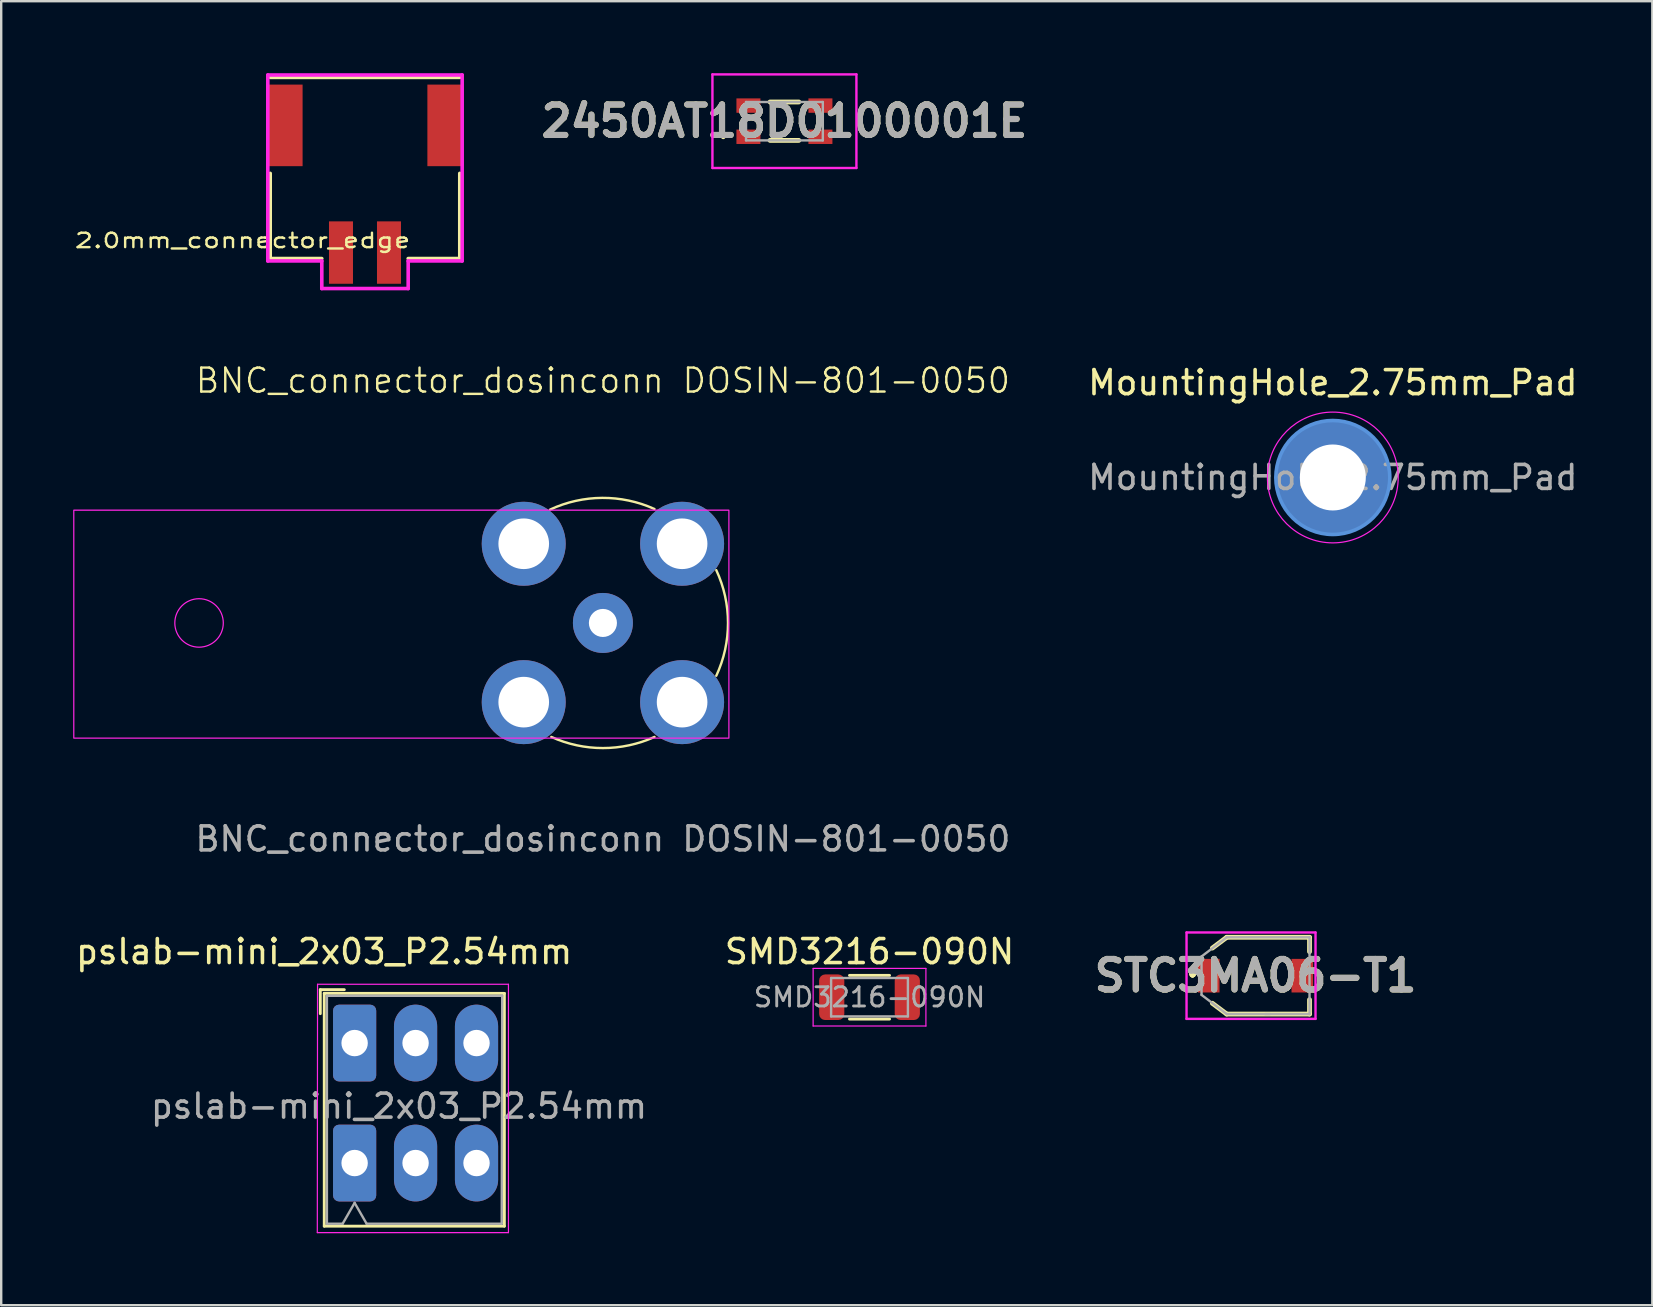
<source format=kicad_pcb>
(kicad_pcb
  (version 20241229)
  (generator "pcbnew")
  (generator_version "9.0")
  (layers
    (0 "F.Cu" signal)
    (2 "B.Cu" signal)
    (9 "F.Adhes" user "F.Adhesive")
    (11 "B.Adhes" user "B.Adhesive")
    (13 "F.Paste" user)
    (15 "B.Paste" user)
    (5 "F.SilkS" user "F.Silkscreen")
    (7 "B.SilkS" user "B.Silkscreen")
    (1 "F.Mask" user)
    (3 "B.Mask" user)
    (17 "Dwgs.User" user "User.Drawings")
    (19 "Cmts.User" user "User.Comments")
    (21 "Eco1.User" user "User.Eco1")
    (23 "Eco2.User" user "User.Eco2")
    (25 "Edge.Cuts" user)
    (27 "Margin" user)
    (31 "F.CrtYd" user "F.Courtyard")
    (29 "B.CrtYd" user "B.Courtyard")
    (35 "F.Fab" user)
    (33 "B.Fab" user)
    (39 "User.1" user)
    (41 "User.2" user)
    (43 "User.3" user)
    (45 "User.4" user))
  (footprint "MountingHole_2.75mm_Pad"
    (layer "F.Cu")
    (at 52.492 16.848)
    (property "Reference" "MountingHole_2.75mm_Pad" (at 0 -3.95 0) (layer "F.SilkS") (effects (font (size 1 1) (thickness 0.15))))
    (attr exclude_from_pos_files exclude_from_bom)
    (fp_circle (center 0 0) (end 2.375 0) (stroke (width 0.15) (type solid)) (fill no) (layer "Cmts.User"))
    (fp_circle (center 0 0) (end 2.725 0) (stroke (width 0.05) (type solid)) (fill no) (layer "F.CrtYd"))
    (fp_text user "${REFERENCE}" (at 0 0 0) (layer "F.Fab") (effects (font (size 1 1) (thickness 0.15))))
    (pad "1" thru_hole circle (at 0 0) (size 4.75 4.75) (drill 2.75) (layers "*.Cu" "*.Mask")))
  (footprint "BNC_connector_dosinconn DOSIN-801-0050"
    (layer "F.Cu")
    (at 22.075 22.91)
    (property "Reference" "BNC_connector_dosinconn DOSIN-801-0050" (at 0 -10.1 0) (unlocked yes) (layer "F.SilkS") (effects (font (size 1 1) (thickness 0.1))))
    (attr smd)
    (fp_arc (start -2.2 -4.725) (mid -0.027931 -5.211988) (end 2.149232 -4.748303) (stroke (width 0.1) (type default)) (layer "F.SilkS"))
    (fp_arc (start 2.150001 4.750001) (mid 0.000001 5.213925) (end -2.15 4.750002) (stroke (width 0.1) (type default)) (layer "F.SilkS"))
    (fp_arc (start 4.725 -2.2) (mid 5.212065 0) (end 4.725001 2.2) (stroke (width 0.1) (type default)) (layer "F.SilkS"))
    (fp_rect (start -22.05 -4.7) (end 5.25 4.8) (stroke (width 0.05) (type solid)) (fill no) (layer "F.CrtYd"))
    (fp_circle (center -16.83 0) (end -16.82 1.01) (stroke (width 0.05) (type default)) (fill no) (layer "F.CrtYd"))
    (fp_text user "${REFERENCE}" (at 0 9 0) (unlocked yes) (layer "F.Fab") (effects (font (size 1 1) (thickness 0.15))))
    (pad "1" thru_hole circle (at 0 0) (size 2.5 2.5) (drill 1.17) (layers "*.Cu" "*.Mask"))
    (pad "2" thru_hole circle (at -3.3 -3.3) (size 3.5 3.5) (drill 2.11) (layers "*.Cu" "*.Mask"))
    (pad "2" thru_hole circle (at -3.3 3.3) (size 3.5 3.5) (drill 2.11) (layers "*.Cu" "*.Mask"))
    (pad "2" thru_hole circle (at 3.3 -3.3) (size 3.5 3.5) (drill 2.11) (layers "*.Cu" "*.Mask"))
    (pad "2" thru_hole circle (at 3.3 3.3) (size 3.5 3.5) (drill 2.11) (layers "*.Cu" "*.Mask")))
  (footprint "STC3MA06-T1"
    (layer "F.Cu")
    (at 49.271 37.609)
    (property "Reference" "STC3MA06-T1" (at 0 0 0) (layer "F.SilkS") (effects (font (size 1.27 1.27) (thickness 0.254))))
    (attr smd)
    (fp_line (start -2.625 -0.125) (end -2.625 -0.125) (stroke (width 0.2) (type solid)) (layer "F.SilkS"))
    (fp_line (start -2.625 -0.025) (end -2.625 -0.025) (stroke (width 0.2) (type solid)) (layer "F.SilkS"))
    (fp_line (start -2.625 -0.025) (end -2.625 -0.025) (stroke (width 0.2) (type solid)) (layer "F.SilkS"))
    (fp_line (start -1.8 -1.15) (end -1.2 -1.6) (stroke (width 0.2) (type solid)) (layer "F.SilkS"))
    (fp_line (start -1.8 1.15) (end -1.2 1.6) (stroke (width 0.2) (type solid)) (layer "F.SilkS"))
    (fp_line (start -1.2 -1.6) (end 2.25 -1.6) (stroke (width 0.2) (type solid)) (layer "F.SilkS"))
    (fp_line (start -1.2 1.6) (end 2.25 1.6) (stroke (width 0.2) (type solid)) (layer "F.SilkS"))
    (fp_line (start 2.25 -1.6) (end 2.25 -1) (stroke (width 0.2) (type solid)) (layer "F.SilkS"))
    (fp_line (start 2.25 1.6) (end 2.25 1) (stroke (width 0.2) (type solid)) (layer "F.SilkS"))
    (fp_arc (start -2.625 -0.125) (mid -2.575 -0.075) (end -2.625 -0.025) (stroke (width 0.2) (type solid)) (layer "F.SilkS"))
    (fp_arc (start -2.625 -0.125) (mid -2.575 -0.075) (end -2.625 -0.025) (stroke (width 0.2) (type solid)) (layer "F.SilkS"))
    (fp_arc (start -2.625 -0.025) (mid -2.675 -0.075) (end -2.625 -0.125) (stroke (width 0.2) (type solid)) (layer "F.SilkS"))
    (fp_line (start -2.875 -1.8) (end 2.5 -1.8) (stroke (width 0.1) (type solid)) (layer "F.CrtYd"))
    (fp_line (start -2.875 1.8) (end -2.875 -1.8) (stroke (width 0.1) (type solid)) (layer "F.CrtYd"))
    (fp_line (start 2.5 -1.8) (end 2.5 1.8) (stroke (width 0.1) (type solid)) (layer "F.CrtYd"))
    (fp_line (start 2.5 1.8) (end -2.875 1.8) (stroke (width 0.1) (type solid)) (layer "F.CrtYd"))
    (fp_line (start -2.25 -0.8) (end -2.25 0.8) (stroke (width 0.1) (type solid)) (layer "F.Fab"))
    (fp_line (start -2.25 0.8) (end -1.2 1.6) (stroke (width 0.1) (type solid)) (layer "F.Fab"))
    (fp_line (start -1.2 -1.6) (end -2.25 -0.8) (stroke (width 0.1) (type solid)) (layer "F.Fab"))
    (fp_line (start -1.2 1.6) (end 0.6 1.6) (stroke (width 0.1) (type solid)) (layer "F.Fab"))
    (fp_line (start 0.4 1.6) (end 2.25 1.6) (stroke (width 0.1) (type solid)) (layer "F.Fab"))
    (fp_line (start 2.25 -1.6) (end -1.2 -1.6) (stroke (width 0.1) (type solid)) (layer "F.Fab"))
    (fp_line (start 2.25 1.6) (end 2.25 -1.6) (stroke (width 0.1) (type solid)) (layer "F.Fab"))
    (fp_text user "${REFERENCE}" (at 0 0 0) (layer "F.Fab") (effects (font (size 1.27 1.27) (thickness 0.254))))
    (pad "1" smd rect (at -1.95 0) (size 0.9 1.4) (layers "F.Cu" "F.Mask" "F.Paste"))
    (pad "2" smd rect (at 1.95 0) (size 0.9 1.4) (layers "F.Cu" "F.Mask" "F.Paste")))
  (footprint "2.0mm_connector_edge"
    (layer "F.Cu")
    (at 12.16 6.175)
    (property "Reference" "2.0mm_connector_edge" (at -5.1 0.8 0) (layer "F.SilkS") (effects (font (size 0.6 0.8) (thickness 0.1))))
    (attr through_hole)
    (fp_line (start -3.95 -6) (end 3.95 -6) (stroke (width 0.15) (type solid)) (layer "F.SilkS"))
    (fp_line (start -3.95 1.55) (end -3.95 -2) (stroke (width 0.15) (type solid)) (layer "F.SilkS"))
    (fp_line (start -3.95 1.55) (end -1.8 1.55) (stroke (width 0.15) (type solid)) (layer "F.SilkS"))
    (fp_line (start 1.8 1.55) (end 3.95 1.55) (stroke (width 0.15) (type solid)) (layer "F.SilkS"))
    (fp_line (start 3.95 -2) (end 3.95 1.55) (stroke (width 0.15) (type solid)) (layer "F.SilkS"))
    (fp_line (start -4.05 -6.1) (end 4.05 -6.1) (stroke (width 0.15) (type solid)) (layer "F.CrtYd"))
    (fp_line (start -4.05 1.65) (end -4.05 -6.1) (stroke (width 0.15) (type solid)) (layer "F.CrtYd"))
    (fp_line (start -4.05 1.65) (end -1.8 1.65) (stroke (width 0.15) (type solid)) (layer "F.CrtYd"))
    (fp_line (start -1.8 1.65) (end -1.8 2.8) (stroke (width 0.15) (type solid)) (layer "F.CrtYd"))
    (fp_line (start -1.8 2.8) (end -1.8 2.8) (stroke (width 0.12) (type solid)) (layer "F.CrtYd"))
    (fp_line (start -1.8 2.8) (end 1.8 2.8) (stroke (width 0.15) (type solid)) (layer "F.CrtYd"))
    (fp_line (start 1.8 1.65) (end 4.05 1.65) (stroke (width 0.15) (type solid)) (layer "F.CrtYd"))
    (fp_line (start 1.8 2.8) (end 1.8 1.65) (stroke (width 0.15) (type solid)) (layer "F.CrtYd"))
    (fp_line (start 4.05 -6.1) (end 4.05 1.65) (stroke (width 0.15) (type solid)) (layer "F.CrtYd"))
    (pad "1" smd rect (at -1 1.3) (size 1 2.6) (layers "F.Cu" "F.Mask" "F.Paste"))
    (pad "2" smd rect (at 1 1.3) (size 1 2.6) (layers "F.Cu" "F.Mask" "F.Paste"))
    (pad "3" smd rect (at -3.35 -4) (size 1.5 3.4) (layers "F.Cu" "F.Mask" "F.Paste"))
    (pad "4" smd rect (at 3.35 -4) (size 1.5 3.4) (layers "F.Cu" "F.Mask" "F.Paste")))
  (footprint "pslab-mini_2x03_P2.54mm"
    (layer "F.Cu")
    (at 11.728 40.417)
    (property "Reference" "pslab-mini_2x03_P2.54mm" (at -1.27 -3.81 0) (layer "F.SilkS") (effects (font (size 1 1) (thickness 0.15))))
    (attr through_hole)
    (fp_line (start -1.43 -2.225) (end -1.43 -1.225) (stroke (width 0.12) (type default)) (layer "F.SilkS"))
    (fp_line (start -1.43 -2.225) (end -0.43 -2.225) (stroke (width 0.12) (type default)) (layer "F.SilkS"))
    (fp_line (start -1.265 -2.07) (end 6.24 -2.07) (stroke (width 0.12) (type solid)) (layer "F.SilkS"))
    (fp_line (start -1.265 7.63) (end -1.265 -2.07) (stroke (width 0.12) (type solid)) (layer "F.SilkS"))
    (fp_line (start 6.24 7.63) (end -1.265 7.63) (stroke (width 0.12) (type solid)) (layer "F.SilkS"))
    (fp_line (start 6.24 7.63) (end 6.24 -2.07) (stroke (width 0.12) (type solid)) (layer "F.SilkS"))
    (fp_line (start -1.555 7.9) (end -1.545 -2.45) (stroke (width 0.05) (type solid)) (layer "F.CrtYd"))
    (fp_line (start -1.545 -2.45) (end 6.41 -2.45) (stroke (width 0.05) (type solid)) (layer "F.CrtYd"))
    (fp_line (start 6.41 -2.45) (end 6.41 7.9) (stroke (width 0.05) (type solid)) (layer "F.CrtYd"))
    (fp_line (start 6.41 7.9) (end -1.555 7.9) (stroke (width 0.05) (type solid)) (layer "F.CrtYd"))
    (fp_line (start -1.155 -1.97) (end 6.15 -1.97) (stroke (width 0.1) (type default)) (layer "F.Fab"))
    (fp_line (start -1.155 7.53) (end -1.155 -1.97) (stroke (width 0.1) (type default)) (layer "F.Fab"))
    (fp_line (start -1.155 7.53) (end -0.5 7.53) (stroke (width 0.1) (type default)) (layer "F.Fab"))
    (fp_line (start 0 6.66) (end -0.5 7.53) (stroke (width 0.1) (type default)) (layer "F.Fab"))
    (fp_line (start 0.5 7.53) (end 0 6.66) (stroke (width 0.1) (type default)) (layer "F.Fab"))
    (fp_line (start 0.5 7.53) (end 6.13 7.53) (stroke (width 0.1) (type default)) (layer "F.Fab"))
    (fp_line (start 6.13 7.53) (end 6.15 -1.97) (stroke (width 0.1) (type default)) (layer "F.Fab"))
    (fp_text user "${REFERENCE}" (at 1.85 2.63 0) (layer "F.Fab") (effects (font (size 1 1) (thickness 0.15))))
    (pad "1" thru_hole roundrect (at 0 5) (size 1.8 3.2) (drill 1.1) (layers "*.Cu" "*.Mask") (roundrect_rratio 0.139))
    (pad "2" thru_hole oval (at 2.54 5) (size 1.8 3.2) (drill 1.1) (layers "*.Cu" "*.Mask"))
    (pad "3" thru_hole oval (at 5.08 5) (size 1.8 3.2) (drill 1.1) (layers "*.Cu" "*.Mask"))
    (pad "4" thru_hole roundrect (at 0 0) (size 1.8 3.2) (drill 1.1) (layers "*.Cu" "*.Mask") (roundrect_rratio 0.139))
    (pad "5" thru_hole oval (at 2.54 0) (size 1.8 3.2) (drill 1.1) (layers "*.Cu" "*.Mask"))
    (pad "6" thru_hole oval (at 5.08 0) (size 1.8 3.2) (drill 1.1) (layers "*.Cu" "*.Mask")))
  (footprint "SMD3216-090N"
    (layer "F.Cu")
    (at 33.185 38.507)
    (property "Reference" "SMD3216-090N" (at 0 -1.9 0) (layer "F.SilkS") (effects (font (size 1 1) (thickness 0.15))))
    (attr smd)
    (fp_line (start -0.835 -0.91) (end 0.835 -0.91) (stroke (width 0.12) (type solid)) (layer "F.SilkS"))
    (fp_line (start -0.835 0.91) (end 0.835 0.91) (stroke (width 0.12) (type solid)) (layer "F.SilkS"))
    (fp_line (start -2.35 -1.2) (end 2.35 -1.2) (stroke (width 0.05) (type solid)) (layer "F.CrtYd"))
    (fp_line (start -2.35 1.2) (end -2.35 -1.2) (stroke (width 0.05) (type solid)) (layer "F.CrtYd"))
    (fp_line (start 2.35 -1.2) (end 2.35 1.2) (stroke (width 0.05) (type solid)) (layer "F.CrtYd"))
    (fp_line (start 2.35 1.2) (end -2.35 1.2) (stroke (width 0.05) (type solid)) (layer "F.CrtYd"))
    (fp_line (start -1.6 -0.8) (end 1.6 -0.8) (stroke (width 0.1) (type solid)) (layer "F.Fab"))
    (fp_line (start -1.6 0.8) (end -1.6 -0.8) (stroke (width 0.1) (type solid)) (layer "F.Fab"))
    (fp_line (start 1.6 -0.8) (end 1.6 0.8) (stroke (width 0.1) (type solid)) (layer "F.Fab"))
    (fp_line (start 1.6 0.8) (end -1.6 0.8) (stroke (width 0.1) (type solid)) (layer "F.Fab"))
    (fp_text user "${REFERENCE}" (at 0 0 0) (layer "F.Fab") (effects (font (size 0.8 0.8) (thickness 0.12))))
    (pad "1" smd roundrect (at -1.575 0) (size 1.05 1.9) (layers "F.Cu" "F.Mask" "F.Paste") (roundrect_rratio 0.238))
    (pad "2" smd roundrect (at 1.575 0) (size 1.05 1.9) (layers "F.Cu" "F.Mask" "F.Paste") (roundrect_rratio 0.238)))
  (footprint "2450AT18D0100001E"
    (layer "F.Cu")
    (at 29.639 2)
    (property "Reference" "2450AT18D0100001E" (at 0 0 0) (layer "F.SilkS") (effects (font (size 1.27 1.27) (thickness 0.254))))
    (attr smd)
    (fp_line (start -2.6 0.65) (end -2.6 0.65) (stroke (width 0.1) (type solid)) (layer "F.SilkS"))
    (fp_line (start -2.5 0.65) (end -2.5 0.65) (stroke (width 0.1) (type solid)) (layer "F.SilkS"))
    (fp_line (start -0.6 -0.8) (end 0.6 -0.8) (stroke (width 0.2) (type solid)) (layer "F.SilkS"))
    (fp_line (start -0.6 0.8) (end 0.6 0.8) (stroke (width 0.2) (type solid)) (layer "F.SilkS"))
    (fp_arc (start -2.6 0.65) (mid -2.55 0.6) (end -2.5 0.65) (stroke (width 0.1) (type solid)) (layer "F.SilkS"))
    (fp_arc (start -2.5 0.65) (mid -2.55 0.7) (end -2.6 0.65) (stroke (width 0.1) (type solid)) (layer "F.SilkS"))
    (fp_line (start -3 -1.95) (end 3 -1.95) (stroke (width 0.1) (type solid)) (layer "F.CrtYd"))
    (fp_line (start -3 1.95) (end -3 -1.95) (stroke (width 0.1) (type solid)) (layer "F.CrtYd"))
    (fp_line (start 3 -1.95) (end 3 1.95) (stroke (width 0.1) (type solid)) (layer "F.CrtYd"))
    (fp_line (start 3 1.95) (end -3 1.95) (stroke (width 0.1) (type solid)) (layer "F.CrtYd"))
    (fp_line (start -1.6 -0.8) (end -1.6 0.8) (stroke (width 0.1) (type solid)) (layer "F.Fab"))
    (fp_line (start -1.6 0.8) (end 1.6 0.8) (stroke (width 0.1) (type solid)) (layer "F.Fab"))
    (fp_line (start 1.6 -0.8) (end -1.6 -0.8) (stroke (width 0.1) (type solid)) (layer "F.Fab"))
    (fp_line (start 1.6 0.8) (end 1.6 -0.8) (stroke (width 0.1) (type solid)) (layer "F.Fab"))
    (fp_text user "${REFERENCE}" (at 0 0 0) (layer "F.Fab") (effects (font (size 1.27 1.27) (thickness 0.254))))
    (pad "1" smd rect (at -1.5 0.65 90) (size 0.6 1) (layers "F.Cu" "F.Mask" "F.Paste"))
    (pad "2" smd rect (at 1.5 0.65 90) (size 0.6 1) (layers "F.Cu" "F.Mask" "F.Paste"))
    (pad "3" smd rect (at 1.5 -0.65 90) (size 0.6 1) (layers "F.Cu" "F.Mask" "F.Paste"))
    (pad "4" smd rect (at -1.5 -0.65 90) (size 0.6 1) (layers "F.Cu" "F.Mask" "F.Paste")))
  (gr_rect
    (start -3 -3)
    (end 65.807 51.342)
    (stroke (width 0.1) (type default))
    (fill no)
    (layer "Edge.Cuts")))
</source>
